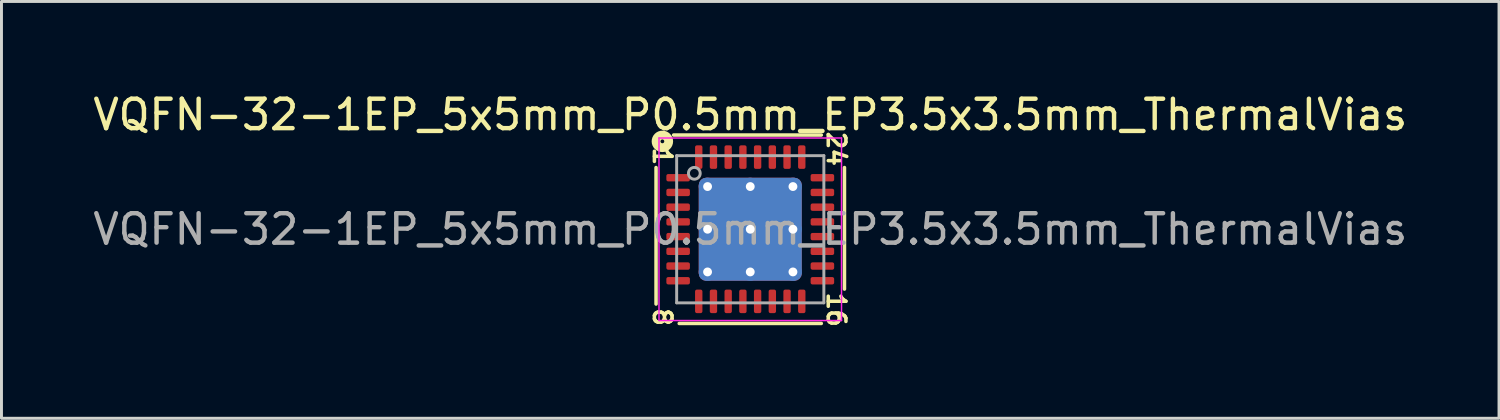
<source format=kicad_pcb>
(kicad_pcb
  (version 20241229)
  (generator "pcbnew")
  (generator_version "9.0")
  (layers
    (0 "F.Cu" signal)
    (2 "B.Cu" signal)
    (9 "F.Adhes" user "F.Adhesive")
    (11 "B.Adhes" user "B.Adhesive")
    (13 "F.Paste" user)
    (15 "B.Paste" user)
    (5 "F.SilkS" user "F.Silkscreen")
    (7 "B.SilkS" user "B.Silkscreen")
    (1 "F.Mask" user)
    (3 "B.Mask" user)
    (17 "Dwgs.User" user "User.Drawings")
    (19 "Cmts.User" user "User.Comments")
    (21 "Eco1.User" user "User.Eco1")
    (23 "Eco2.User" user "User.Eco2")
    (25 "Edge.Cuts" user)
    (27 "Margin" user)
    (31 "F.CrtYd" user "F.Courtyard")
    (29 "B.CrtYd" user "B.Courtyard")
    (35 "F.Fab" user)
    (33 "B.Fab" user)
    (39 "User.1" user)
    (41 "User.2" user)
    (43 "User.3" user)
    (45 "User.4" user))
  (footprint "VQFN-32-1EP_5x5mm_P0.5mm_EP3.5x3.5mm_ThermalVias"
    (layer "F.Cu")
    (at 22.435 4.737)
    (property "Reference" "VQFN-32-1EP_5x5mm_P0.5mm_EP3.5x3.5mm_ThermalVias" (at 0 -3.889 0) (layer "F.SilkS") (effects (font (size 1 1) (thickness 0.15))))
    (attr smd)
    (fp_line (start -3.2 -2.095) (end -3.2 2.54) (stroke (width 0.12) (type solid)) (layer "F.SilkS"))
    (fp_line (start -2.413 3.2) (end 2.413 3.2) (stroke (width 0.12) (type solid)) (layer "F.SilkS"))
    (fp_line (start 2.413 -3.2) (end -2.603 -3.2) (stroke (width 0.12) (type solid)) (layer "F.SilkS"))
    (fp_line (start 3.2 2.032) (end 3.2 -2.095) (stroke (width 0.12) (type solid)) (layer "F.SilkS"))
    (fp_circle (center -2.985 -2.985) (end -2.921 -2.985) (stroke (width 0.3) (type solid)) (fill no) (layer "F.SilkS"))
    (fp_line (start -3.1 -3.1) (end -3.1 3.1) (stroke (width 0.05) (type solid)) (layer "F.CrtYd"))
    (fp_line (start -3.1 3.1) (end 3.1 3.1) (stroke (width 0.05) (type solid)) (layer "F.CrtYd"))
    (fp_line (start 3.1 -3.1) (end -3.1 -3.1) (stroke (width 0.05) (type solid)) (layer "F.CrtYd"))
    (fp_line (start 3.1 3.1) (end 3.1 -3.1) (stroke (width 0.05) (type solid)) (layer "F.CrtYd"))
    (fp_line (start -2.5 -2.5) (end 2.5 -2.5) (stroke (width 0.1) (type solid)) (layer "F.Fab"))
    (fp_line (start -2.5 2.5) (end -2.5 -2.5) (stroke (width 0.1) (type solid)) (layer "F.Fab"))
    (fp_line (start 2.5 -2.5) (end 2.5 2.5) (stroke (width 0.1) (type solid)) (layer "F.Fab"))
    (fp_line (start 2.5 2.5) (end -2.5 2.5) (stroke (width 0.1) (type solid)) (layer "F.Fab"))
    (fp_circle (center -1.9 -1.9) (end -1.7 -1.9) (stroke (width 0.1) (type solid)) (fill no) (layer "F.Fab"))
    (fp_text user "16" (at 2.921 2.731 270) (unlocked yes) (layer "F.SilkS") (effects (font (size 0.6 0.6) (thickness 0.12))))
    (fp_text user "1" (at -2.985 -2.477 270) (unlocked yes) (layer "F.SilkS") (effects (font (size 0.6 0.6) (thickness 0.12))))
    (fp_text user "24" (at 2.921 -2.731 270) (unlocked yes) (layer "F.SilkS") (effects (font (size 0.6 0.6) (thickness 0.12))))
    (fp_text user "8" (at -2.985 2.985 270) (unlocked yes) (layer "F.SilkS") (effects (font (size 0.6 0.6) (thickness 0.12))))
    (fp_text user "${REFERENCE}" (at 0 0 0) (layer "F.Fab") (effects (font (size 1 1) (thickness 0.15))))
    (pad "" smd roundrect (at -0.825 -0.825) (size 1.45 1.45) (layers "F.Paste") (roundrect_rratio 0.172))
    (pad "" smd roundrect (at -0.825 0.825) (size 1.45 1.45) (layers "F.Paste") (roundrect_rratio 0.172))
    (pad "" smd roundrect (at 0.825 -0.825) (size 1.45 1.45) (layers "F.Paste") (roundrect_rratio 0.172))
    (pad "" smd roundrect (at 0.825 0.825) (size 1.45 1.45) (layers "F.Paste") (roundrect_rratio 0.172))
    (pad "1" smd roundrect (at -2.45 -1.75) (size 0.8 0.25) (layers "F.Cu" "F.Mask" "F.Paste") (roundrect_rratio 0.25))
    (pad "2" smd roundrect (at -2.45 -1.25) (size 0.8 0.25) (layers "F.Cu" "F.Mask" "F.Paste") (roundrect_rratio 0.25))
    (pad "3" smd roundrect (at -2.45 -0.75) (size 0.8 0.25) (layers "F.Cu" "F.Mask" "F.Paste") (roundrect_rratio 0.25))
    (pad "4" smd roundrect (at -2.45 -0.25) (size 0.8 0.25) (layers "F.Cu" "F.Mask" "F.Paste") (roundrect_rratio 0.25))
    (pad "5" smd roundrect (at -2.45 0.25) (size 0.8 0.25) (layers "F.Cu" "F.Mask" "F.Paste") (roundrect_rratio 0.25))
    (pad "6" smd roundrect (at -2.45 0.75) (size 0.8 0.25) (layers "F.Cu" "F.Mask" "F.Paste") (roundrect_rratio 0.25))
    (pad "7" smd roundrect (at -2.45 1.25) (size 0.8 0.25) (layers "F.Cu" "F.Mask" "F.Paste") (roundrect_rratio 0.25))
    (pad "8" smd roundrect (at -2.45 1.75) (size 0.8 0.25) (layers "F.Cu" "F.Mask" "F.Paste") (roundrect_rratio 0.25))
    (pad "9" smd roundrect (at -1.75 2.45) (size 0.25 0.8) (layers "F.Cu" "F.Mask" "F.Paste") (roundrect_rratio 0.25))
    (pad "10" smd roundrect (at -1.25 2.45) (size 0.25 0.8) (layers "F.Cu" "F.Mask" "F.Paste") (roundrect_rratio 0.25))
    (pad "11" smd roundrect (at -0.75 2.45) (size 0.25 0.8) (layers "F.Cu" "F.Mask" "F.Paste") (roundrect_rratio 0.25))
    (pad "12" smd roundrect (at -0.25 2.45) (size 0.25 0.8) (layers "F.Cu" "F.Mask" "F.Paste") (roundrect_rratio 0.25))
    (pad "13" smd roundrect (at 0.25 2.45) (size 0.25 0.8) (layers "F.Cu" "F.Mask" "F.Paste") (roundrect_rratio 0.25))
    (pad "14" smd roundrect (at 0.75 2.45) (size 0.25 0.8) (layers "F.Cu" "F.Mask" "F.Paste") (roundrect_rratio 0.25))
    (pad "15" smd roundrect (at 1.25 2.45) (size 0.25 0.8) (layers "F.Cu" "F.Mask" "F.Paste") (roundrect_rratio 0.25))
    (pad "16" smd roundrect (at 1.75 2.45) (size 0.25 0.8) (layers "F.Cu" "F.Mask" "F.Paste") (roundrect_rratio 0.25))
    (pad "17" smd roundrect (at 2.45 1.75) (size 0.8 0.25) (layers "F.Cu" "F.Mask" "F.Paste") (roundrect_rratio 0.25))
    (pad "18" smd roundrect (at 2.45 1.25) (size 0.8 0.25) (layers "F.Cu" "F.Mask" "F.Paste") (roundrect_rratio 0.25))
    (pad "19" smd roundrect (at 2.45 0.75) (size 0.8 0.25) (layers "F.Cu" "F.Mask" "F.Paste") (roundrect_rratio 0.25))
    (pad "20" smd roundrect (at 2.45 0.25) (size 0.8 0.25) (layers "F.Cu" "F.Mask" "F.Paste") (roundrect_rratio 0.25))
    (pad "21" smd roundrect (at 2.45 -0.25) (size 0.8 0.25) (layers "F.Cu" "F.Mask" "F.Paste") (roundrect_rratio 0.25))
    (pad "22" smd roundrect (at 2.45 -0.75) (size 0.8 0.25) (layers "F.Cu" "F.Mask" "F.Paste") (roundrect_rratio 0.25))
    (pad "23" smd roundrect (at 2.45 -1.25) (size 0.8 0.25) (layers "F.Cu" "F.Mask" "F.Paste") (roundrect_rratio 0.25))
    (pad "24" smd roundrect (at 2.45 -1.75) (size 0.8 0.25) (layers "F.Cu" "F.Mask" "F.Paste") (roundrect_rratio 0.25))
    (pad "25" smd roundrect (at 1.75 -2.45) (size 0.25 0.8) (layers "F.Cu" "F.Mask" "F.Paste") (roundrect_rratio 0.25))
    (pad "26" smd roundrect (at 1.25 -2.45) (size 0.25 0.8) (layers "F.Cu" "F.Mask" "F.Paste") (roundrect_rratio 0.25))
    (pad "27" smd roundrect (at 0.75 -2.45) (size 0.25 0.8) (layers "F.Cu" "F.Mask" "F.Paste") (roundrect_rratio 0.25))
    (pad "28" smd roundrect (at 0.25 -2.45) (size 0.25 0.8) (layers "F.Cu" "F.Mask" "F.Paste") (roundrect_rratio 0.25))
    (pad "29" smd roundrect (at -0.25 -2.45) (size 0.25 0.8) (layers "F.Cu" "F.Mask" "F.Paste") (roundrect_rratio 0.25))
    (pad "30" smd roundrect (at -0.75 -2.45) (size 0.25 0.8) (layers "F.Cu" "F.Mask" "F.Paste") (roundrect_rratio 0.25))
    (pad "31" smd roundrect (at -1.25 -2.45) (size 0.25 0.8) (layers "F.Cu" "F.Mask" "F.Paste") (roundrect_rratio 0.25))
    (pad "32" smd roundrect (at -1.75 -2.45) (size 0.25 0.8) (layers "F.Cu" "F.Mask" "F.Paste") (roundrect_rratio 0.25))
    (pad "33" thru_hole circle (at -1.45 -1.45) (size 0.6 0.6) (drill 0.3) (property pad_prop_heatsink) (layers "*.Cu"))
    (pad "33" thru_hole circle (at -1.45 0) (size 0.6 0.6) (drill 0.3) (property pad_prop_heatsink) (layers "*.Cu"))
    (pad "33" thru_hole circle (at -1.45 1.45) (size 0.6 0.6) (drill 0.3) (property pad_prop_heatsink) (layers "*.Cu"))
    (pad "33" thru_hole circle (at 0 -1.45) (size 0.6 0.6) (drill 0.3) (property pad_prop_heatsink) (layers "*.Cu"))
    (pad "33" thru_hole circle (at 0 0) (size 0.6 0.6) (drill 0.3) (property pad_prop_heatsink) (layers "*.Cu"))
    (pad "33" smd roundrect (at 0 0) (size 3.5 3.5) (layers "F.Cu" "F.Mask") (roundrect_rratio 0.071))
    (pad "33" smd roundrect (at 0 0) (size 3.5 3.5) (layers "B.Cu" "B.Mask") (roundrect_rratio 0.071))
    (pad "33" thru_hole circle (at 0 1.45) (size 0.6 0.6) (drill 0.3) (property pad_prop_heatsink) (layers "*.Cu"))
    (pad "33" thru_hole circle (at 1.45 -1.45) (size 0.6 0.6) (drill 0.3) (property pad_prop_heatsink) (layers "*.Cu"))
    (pad "33" thru_hole circle (at 1.45 0) (size 0.6 0.6) (drill 0.3) (property pad_prop_heatsink) (layers "*.Cu"))
    (pad "33" thru_hole circle (at 1.45 1.45) (size 0.6 0.6) (drill 0.3) (property pad_prop_heatsink) (layers "*.Cu")))
  (gr_rect
    (start -3 -3)
    (end 47.869 11.159)
    (stroke (width 0.1) (type default))
    (fill no)
    (layer "Edge.Cuts")))
</source>
